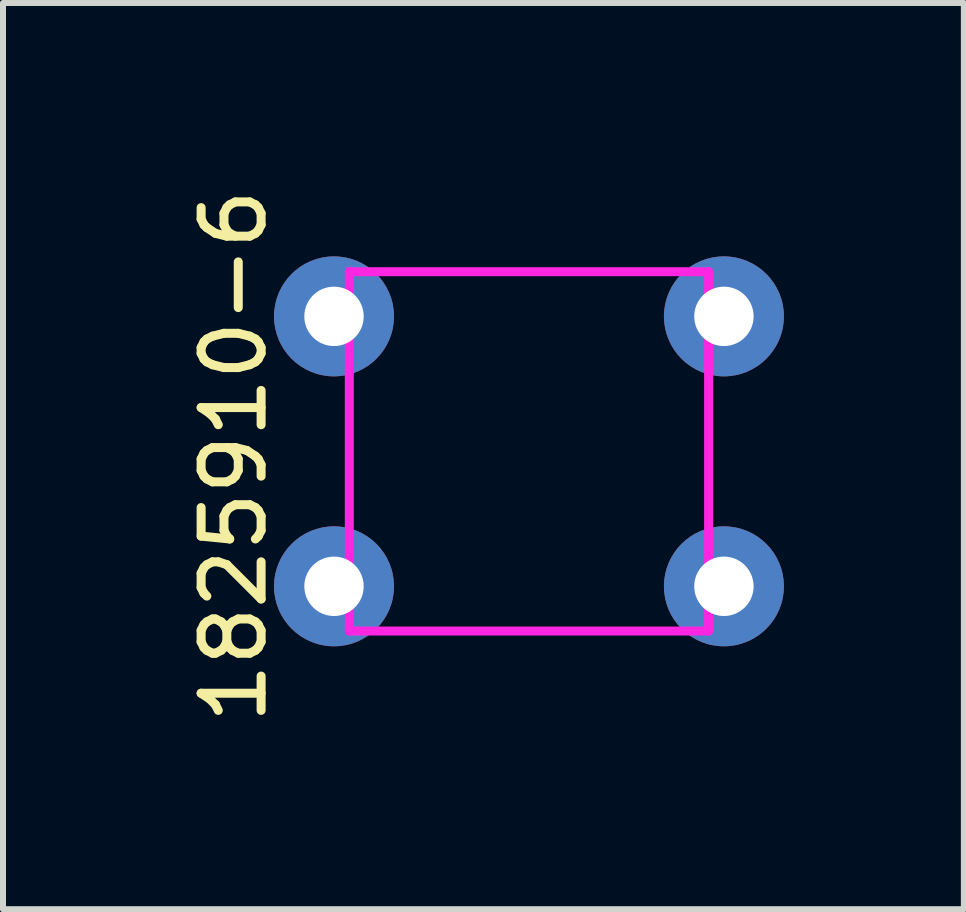
<source format=kicad_pcb>
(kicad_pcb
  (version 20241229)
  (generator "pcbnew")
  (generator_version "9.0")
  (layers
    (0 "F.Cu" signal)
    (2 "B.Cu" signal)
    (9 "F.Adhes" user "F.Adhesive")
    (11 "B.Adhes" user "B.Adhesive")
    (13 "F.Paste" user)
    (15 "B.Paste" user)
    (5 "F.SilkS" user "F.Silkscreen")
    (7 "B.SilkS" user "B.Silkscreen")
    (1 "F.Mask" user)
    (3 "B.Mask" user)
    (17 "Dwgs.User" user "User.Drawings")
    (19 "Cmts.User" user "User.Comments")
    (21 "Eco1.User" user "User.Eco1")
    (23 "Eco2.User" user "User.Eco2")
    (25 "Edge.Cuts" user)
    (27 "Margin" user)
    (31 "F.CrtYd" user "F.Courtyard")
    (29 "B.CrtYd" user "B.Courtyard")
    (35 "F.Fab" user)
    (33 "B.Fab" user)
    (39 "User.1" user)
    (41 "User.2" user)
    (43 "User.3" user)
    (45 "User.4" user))
  (footprint "1825910-6"
    (layer "F.Cu")
    (at 2.518 2.224)
    (property "Reference" "1825910-6" (at -1.67 2.33 270) (layer "F.SilkS") (effects (font (size 1 1) (thickness 0.15))))
    (attr through_hole)
    (fp_line (start 0.255 -0.745) (end 0.255 5.245) (stroke (width 0.15) (type solid)) (layer "F.CrtYd"))
    (fp_line (start 0.255 -0.745) (end 6.245 -0.745) (stroke (width 0.15) (type solid)) (layer "F.CrtYd"))
    (fp_line (start 0.255 5.245) (end 6.245 5.245) (stroke (width 0.15) (type solid)) (layer "F.CrtYd"))
    (fp_line (start 6.245 -0.745) (end 6.245 5.245) (stroke (width 0.15) (type solid)) (layer "F.CrtYd"))
    (pad "1" thru_hole circle (at 6.5 0) (size 2 2) (drill 0.99) (layers "*.Cu" "*.Mask"))
    (pad "2" thru_hole circle (at 0 0) (size 2 2) (drill 0.99) (layers "*.Cu" "*.Mask"))
    (pad "3" thru_hole circle (at 6.5 4.5) (size 2 2) (drill 0.99) (layers "*.Cu" "*.Mask"))
    (pad "4" thru_hole circle (at 0 4.5) (size 2 2) (drill 0.99) (layers "*.Cu" "*.Mask")))
  (gr_rect
    (start -3 -3)
    (end 13.018 12.107)
    (stroke (width 0.1) (type default))
    (fill no)
    (layer "Edge.Cuts")))
</source>
